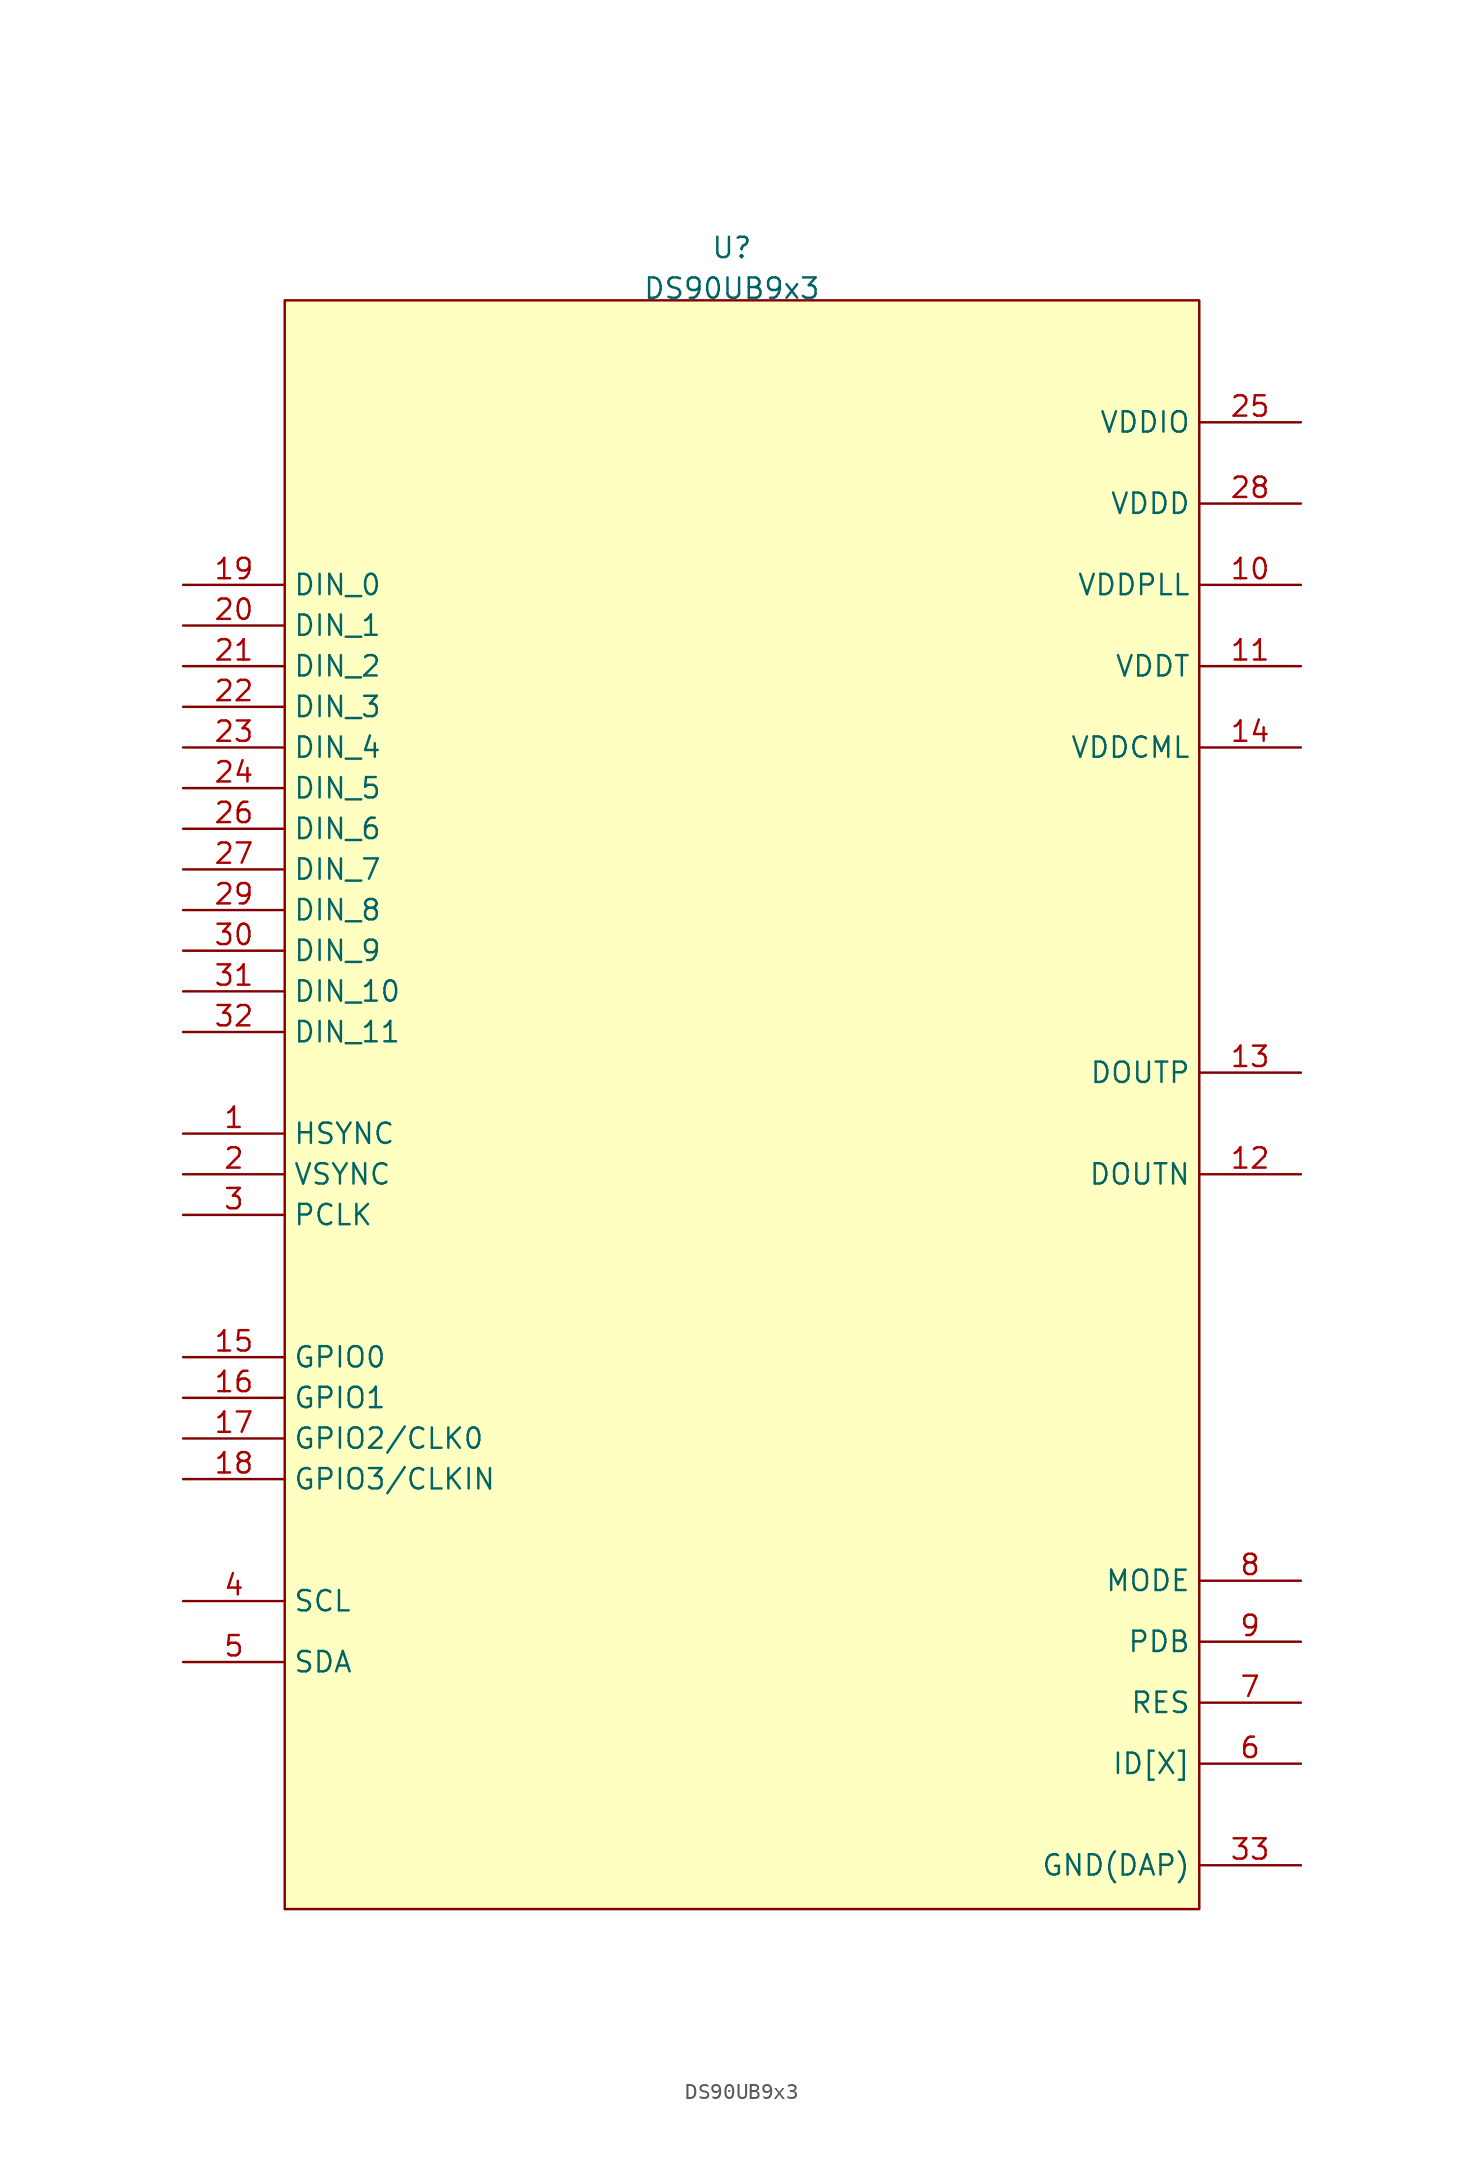
<source format=kicad_sym>
(kicad_symbol_lib
  (version 20211014)
  (generator kicad_symbol_editor)
  (symbol "DS90UB9x3"
    (property "Reference" "U"
      (at 0 52.07 0)
      (effects (font (size 1.27 1.27)) (justify bottom)))
    (property "Value" "DS90UB9x3"
      (at 0 49.53 0)
      (effects (font (size 1.27 1.27)) (justify bottom)))
    (symbol "DS90UB9x3_1_0"
      (rectangle (start -27.94 49.53) (end 29.21 -51) (stroke (width 0) (type default) (color 0 0 0 0)) (fill (type background)))
      (pin input line (at -34.29 -2.54 0) (length 6.35) (name "HSYNC" (effects (font (size 1.27 1.27)))) (number "1" (effects (font (size 1.27 1.27)))))
      (pin power_in line (at 35.56 31.75 180) (length 6.35) (name "VDDPLL" (effects (font (size 1.27 1.27)))) (number "10" (effects (font (size 1.27 1.27)))))
      (pin power_in line (at 35.56 26.67 180) (length 6.35) (name "VDDT" (effects (font (size 1.27 1.27)))) (number "11" (effects (font (size 1.27 1.27)))))
      (pin output line (at 35.56 -5.08 180) (length 6.35) (name "DOUTN" (effects (font (size 1.27 1.27)))) (number "12" (effects (font (size 1.27 1.27)))))
      (pin output line (at 35.56 1.27 180) (length 6.35) (name "DOUTP" (effects (font (size 1.27 1.27)))) (number "13" (effects (font (size 1.27 1.27)))))
      (pin power_in line (at 35.56 21.59 180) (length 6.35) (name "VDDCML" (effects (font (size 1.27 1.27)))) (number "14" (effects (font (size 1.27 1.27)))))
      (pin bidirectional line (at -34.29 -16.51 0) (length 6.35) (name "GPIO0" (effects (font (size 1.27 1.27)))) (number "15" (effects (font (size 1.27 1.27)))))
      (pin output line (at -34.29 -19.05 0) (length 6.35) (name "GPIO1" (effects (font (size 1.27 1.27)))) (number "16" (effects (font (size 1.27 1.27)))))
      (pin bidirectional line (at -34.29 -21.59 0) (length 6.35) (name "GPIO2/CLK0" (effects (font (size 1.27 1.27)))) (number "17" (effects (font (size 1.27 1.27)))))
      (pin bidirectional line (at -34.29 -24.13 0) (length 6.35) (name "GPIO3/CLKIN" (effects (font (size 1.27 1.27)))) (number "18" (effects (font (size 1.27 1.27)))))
      (pin input line (at -34.29 31.75 0) (length 6.35) (name "DIN_0" (effects (font (size 1.27 1.27)))) (number "19" (effects (font (size 1.27 1.27)))))
      (pin input line (at -34.29 -5.08 0) (length 6.35) (name "VSYNC" (effects (font (size 1.27 1.27)))) (number "2" (effects (font (size 1.27 1.27)))))
      (pin input line (at -34.29 29.21 0) (length 6.35) (name "DIN_1" (effects (font (size 1.27 1.27)))) (number "20" (effects (font (size 1.27 1.27)))))
      (pin input line (at -34.29 26.67 0) (length 6.35) (name "DIN_2" (effects (font (size 1.27 1.27)))) (number "21" (effects (font (size 1.27 1.27)))))
      (pin input line (at -34.29 24.13 0) (length 6.35) (name "DIN_3" (effects (font (size 1.27 1.27)))) (number "22" (effects (font (size 1.27 1.27)))))
      (pin input line (at -34.29 21.59 0) (length 6.35) (name "DIN_4" (effects (font (size 1.27 1.27)))) (number "23" (effects (font (size 1.27 1.27)))))
      (pin input line (at -34.29 19.05 0) (length 6.35) (name "DIN_5" (effects (font (size 1.27 1.27)))) (number "24" (effects (font (size 1.27 1.27)))))
      (pin power_in line (at 35.56 41.91 180) (length 6.35) (name "VDDIO" (effects (font (size 1.27 1.27)))) (number "25" (effects (font (size 1.27 1.27)))))
      (pin input line (at -34.29 16.51 0) (length 6.35) (name "DIN_6" (effects (font (size 1.27 1.27)))) (number "26" (effects (font (size 1.27 1.27)))))
      (pin input line (at -34.29 13.97 0) (length 6.35) (name "DIN_7" (effects (font (size 1.27 1.27)))) (number "27" (effects (font (size 1.27 1.27)))))
      (pin power_in line (at 35.56 36.83 180) (length 6.35) (name "VDDD" (effects (font (size 1.27 1.27)))) (number "28" (effects (font (size 1.27 1.27)))))
      (pin input line (at -34.29 11.43 0) (length 6.35) (name "DIN_8" (effects (font (size 1.27 1.27)))) (number "29" (effects (font (size 1.27 1.27)))))
      (pin input line (at -34.29 -7.62 0) (length 6.35) (name "PCLK" (effects (font (size 1.27 1.27)))) (number "3" (effects (font (size 1.27 1.27)))))
      (pin input line (at -34.29 8.89 0) (length 6.35) (name "DIN_9" (effects (font (size 1.27 1.27)))) (number "30" (effects (font (size 1.27 1.27)))))
      (pin input line (at -34.29 6.35 0) (length 6.35) (name "DIN_10" (effects (font (size 1.27 1.27)))) (number "31" (effects (font (size 1.27 1.27)))))
      (pin input line (at -34.29 3.81 0) (length 6.35) (name "DIN_11" (effects (font (size 1.27 1.27)))) (number "32" (effects (font (size 1.27 1.27)))))
      (pin power_in line (at 35.56 -48.26 180) (length 6.35) (name "GND(DAP)" (effects (font (size 1.27 1.27)))) (number "33" (effects (font (size 1.27 1.27)))))
      (pin open_collector line (at -34.29 -31.75 0) (length 6.35) (name "SCL" (effects (font (size 1.27 1.27)))) (number "4" (effects (font (size 1.27 1.27)))))
      (pin open_collector line (at -34.29 -35.56 0) (length 6.35) (name "SDA" (effects (font (size 1.27 1.27)))) (number "5" (effects (font (size 1.27 1.27)))))
      (pin input line (at 35.56 -41.91 180) (length 6.35) (name "ID[X]" (effects (font (size 1.27 1.27)))) (number "6" (effects (font (size 1.27 1.27)))))
      (pin power_in line (at 35.56 -38.1 180) (length 6.35) (name "RES" (effects (font (size 1.27 1.27)))) (number "7" (effects (font (size 1.27 1.27)))))
      (pin input line (at 35.56 -30.48 180) (length 6.35) (name "MODE" (effects (font (size 1.27 1.27)))) (number "8" (effects (font (size 1.27 1.27)))))
      (pin input line (at 35.56 -34.29 180) (length 6.35) (name "PDB" (effects (font (size 1.27 1.27)))) (number "9" (effects (font (size 1.27 1.27))))))))
</source>
